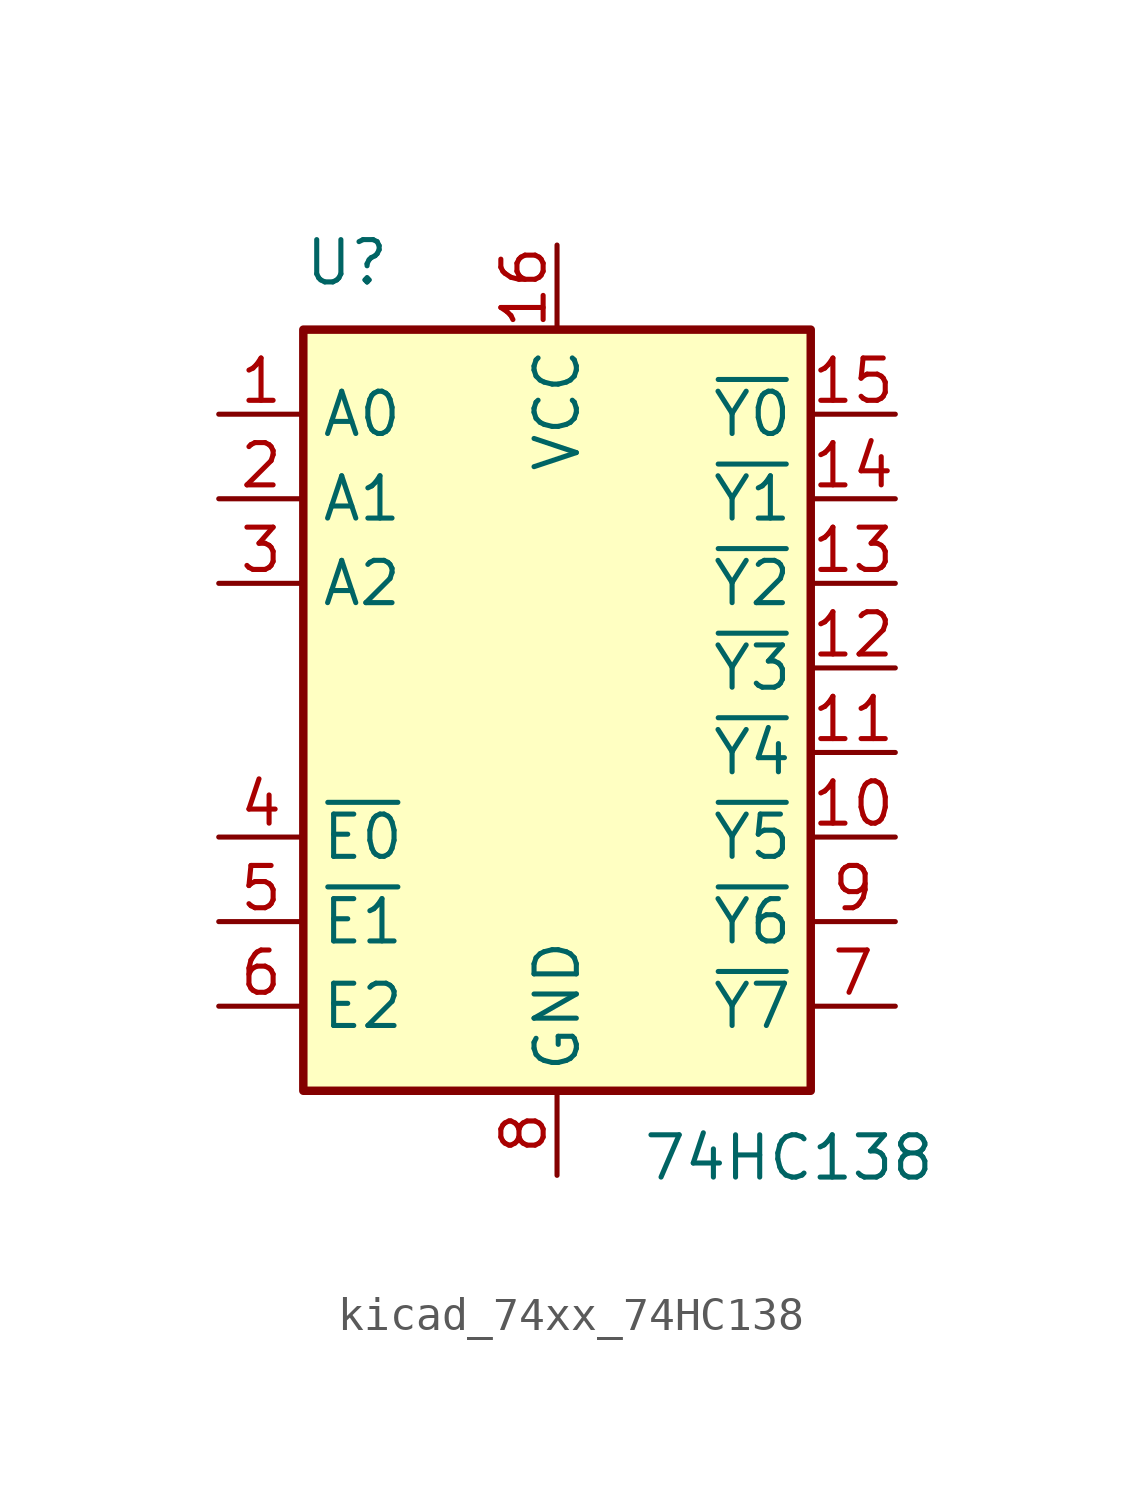
<source format=kicad_sym>
(kicad_symbol_lib
  (version 20220914)
  (generator kicad_symbol_editor)
  (symbol "kicad_74xx_74HC138"
    (property "Reference" "U"
      (at -7.62 13.97 0)
      (effects (font (size 1.27 1.27)) (justify left bottom)))
    (property "Value" "74HC138"
      (at 2.54 -11.43 0)
      (effects (font (size 1.27 1.27)) (justify left top)))
    (symbol "kicad_74xx_74HC138_0_1"
      (rectangle (start -7.62 12.7) (end 7.62 -10.16) (stroke (width 0.254) (type default)) (fill (type background))))
    (symbol "kicad_74xx_74HC138_1_1"
      (pin input line (at -10.16 10.16 0) (length 2.54) (name "A0" (effects (font (size 1.27 1.27)))) (number "1" (effects (font (size 1.27 1.27)))))
      (pin output line (at 10.16 -2.54 180) (length 2.54) (name "~{Y5}" (effects (font (size 1.27 1.27)))) (number "10" (effects (font (size 1.27 1.27)))))
      (pin output line (at 10.16 0 180) (length 2.54) (name "~{Y4}" (effects (font (size 1.27 1.27)))) (number "11" (effects (font (size 1.27 1.27)))))
      (pin output line (at 10.16 2.54 180) (length 2.54) (name "~{Y3}" (effects (font (size 1.27 1.27)))) (number "12" (effects (font (size 1.27 1.27)))))
      (pin output line (at 10.16 5.08 180) (length 2.54) (name "~{Y2}" (effects (font (size 1.27 1.27)))) (number "13" (effects (font (size 1.27 1.27)))))
      (pin output line (at 10.16 7.62 180) (length 2.54) (name "~{Y1}" (effects (font (size 1.27 1.27)))) (number "14" (effects (font (size 1.27 1.27)))))
      (pin output line (at 10.16 10.16 180) (length 2.54) (name "~{Y0}" (effects (font (size 1.27 1.27)))) (number "15" (effects (font (size 1.27 1.27)))))
      (pin power_in line (at 0 15.24 270) (length 2.54) (name "VCC" (effects (font (size 1.27 1.27)))) (number "16" (effects (font (size 1.27 1.27)))))
      (pin input line (at -10.16 7.62 0) (length 2.54) (name "A1" (effects (font (size 1.27 1.27)))) (number "2" (effects (font (size 1.27 1.27)))))
      (pin input line (at -10.16 5.08 0) (length 2.54) (name "A2" (effects (font (size 1.27 1.27)))) (number "3" (effects (font (size 1.27 1.27)))))
      (pin input line (at -10.16 -2.54 0) (length 2.54) (name "~{E0}" (effects (font (size 1.27 1.27)))) (number "4" (effects (font (size 1.27 1.27)))))
      (pin input line (at -10.16 -5.08 0) (length 2.54) (name "~{E1}" (effects (font (size 1.27 1.27)))) (number "5" (effects (font (size 1.27 1.27)))))
      (pin input line (at -10.16 -7.62 0) (length 2.54) (name "E2" (effects (font (size 1.27 1.27)))) (number "6" (effects (font (size 1.27 1.27)))))
      (pin output line (at 10.16 -7.62 180) (length 2.54) (name "~{Y7}" (effects (font (size 1.27 1.27)))) (number "7" (effects (font (size 1.27 1.27)))))
      (pin power_in line (at 0 -12.7 90) (length 2.54) (name "GND" (effects (font (size 1.27 1.27)))) (number "8" (effects (font (size 1.27 1.27)))))
      (pin output line (at 10.16 -5.08 180) (length 2.54) (name "~{Y6}" (effects (font (size 1.27 1.27)))) (number "9" (effects (font (size 1.27 1.27))))))))
</source>
